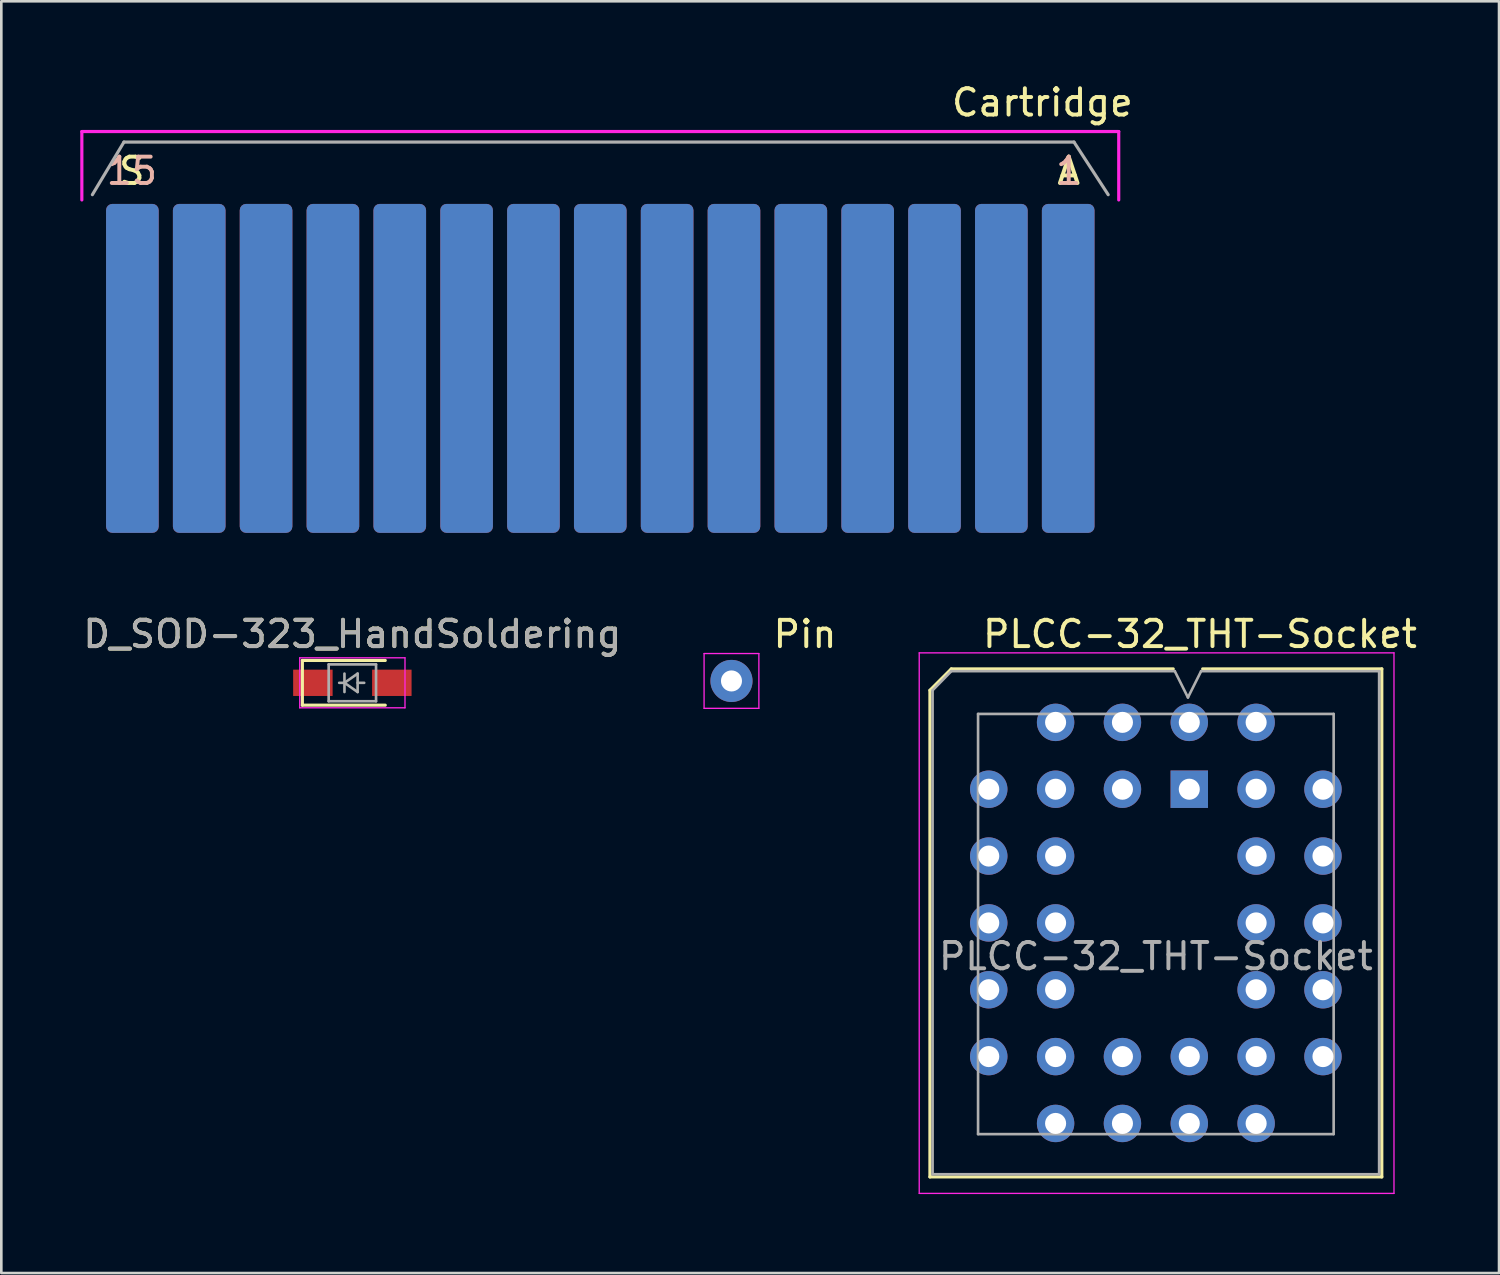
<source format=kicad_pcb>
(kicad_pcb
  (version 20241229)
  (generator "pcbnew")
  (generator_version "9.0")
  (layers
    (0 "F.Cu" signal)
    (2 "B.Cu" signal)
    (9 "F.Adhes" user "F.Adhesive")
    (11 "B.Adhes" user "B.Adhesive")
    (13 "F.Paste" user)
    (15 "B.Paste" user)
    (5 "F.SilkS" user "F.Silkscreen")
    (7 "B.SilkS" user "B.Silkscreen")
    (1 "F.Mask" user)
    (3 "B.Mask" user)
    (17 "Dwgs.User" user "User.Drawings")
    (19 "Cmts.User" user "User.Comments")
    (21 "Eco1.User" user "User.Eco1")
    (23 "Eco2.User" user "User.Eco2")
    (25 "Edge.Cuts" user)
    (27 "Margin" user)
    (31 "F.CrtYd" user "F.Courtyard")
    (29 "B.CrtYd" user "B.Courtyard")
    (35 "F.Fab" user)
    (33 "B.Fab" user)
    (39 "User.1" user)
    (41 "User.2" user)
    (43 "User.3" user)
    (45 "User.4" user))
  (footprint "Pin"
    (layer "F.Cu")
    (at 24.745 22.825)
    (property "Reference" "Pin" (at 2.794 -1.778 0) (layer "F.SilkS") (effects (font (size 1 1) (thickness 0.15))))
    (attr through_hole)
    (fp_line (start -1.041 -1.041) (end 1.041 -1.041) (stroke (width 0.05) (type solid)) (layer "F.CrtYd"))
    (fp_line (start -1.041 1.041) (end -1.041 -1.041) (stroke (width 0.05) (type solid)) (layer "F.CrtYd"))
    (fp_line (start 1.041 -1.041) (end 1.041 1.041) (stroke (width 0.05) (type solid)) (layer "F.CrtYd"))
    (fp_line (start 1.041 1.041) (end -1.041 1.041) (stroke (width 0.05) (type solid)) (layer "F.CrtYd"))
    (pad "1" thru_hole circle (at 0 0) (size 1.6 1.6) (drill 0.8) (layers "*.Cu" "*.Mask")))
  (footprint "D_SOD-323_HandSoldering"
    (layer "F.Cu")
    (at 10.339 22.896)
    (property "Reference" "D_SOD-323_HandSoldering" (at 0 -1.85 0) (layer "F.SilkS") (effects (font (size 1 1) (thickness 0.15))))
    (attr smd)
    (fp_line (start -1.9 -0.85) (end -1.9 0.85) (stroke (width 0.12) (type solid)) (layer "F.SilkS"))
    (fp_line (start -1.9 -0.85) (end 1.25 -0.85) (stroke (width 0.12) (type solid)) (layer "F.SilkS"))
    (fp_line (start -1.9 0.85) (end 1.25 0.85) (stroke (width 0.12) (type solid)) (layer "F.SilkS"))
    (fp_line (start -2 -0.95) (end -2 0.95) (stroke (width 0.05) (type solid)) (layer "F.CrtYd"))
    (fp_line (start -2 -0.95) (end 2 -0.95) (stroke (width 0.05) (type solid)) (layer "F.CrtYd"))
    (fp_line (start -2 0.95) (end 2 0.95) (stroke (width 0.05) (type solid)) (layer "F.CrtYd"))
    (fp_line (start 2 -0.95) (end 2 0.95) (stroke (width 0.05) (type solid)) (layer "F.CrtYd"))
    (fp_line (start -0.9 -0.7) (end 0.9 -0.7) (stroke (width 0.1) (type solid)) (layer "F.Fab"))
    (fp_line (start -0.9 0.7) (end -0.9 -0.7) (stroke (width 0.1) (type solid)) (layer "F.Fab"))
    (fp_line (start -0.3 -0.35) (end -0.3 0.35) (stroke (width 0.1) (type solid)) (layer "F.Fab"))
    (fp_line (start -0.3 0) (end -0.5 0) (stroke (width 0.1) (type solid)) (layer "F.Fab"))
    (fp_line (start -0.3 0) (end 0.2 -0.35) (stroke (width 0.1) (type solid)) (layer "F.Fab"))
    (fp_line (start 0.2 -0.35) (end 0.2 0.35) (stroke (width 0.1) (type solid)) (layer "F.Fab"))
    (fp_line (start 0.2 0) (end 0.45 0) (stroke (width 0.1) (type solid)) (layer "F.Fab"))
    (fp_line (start 0.2 0.35) (end -0.3 0) (stroke (width 0.1) (type solid)) (layer "F.Fab"))
    (fp_line (start 0.9 -0.7) (end 0.9 0.7) (stroke (width 0.1) (type solid)) (layer "F.Fab"))
    (fp_line (start 0.9 0.7) (end -0.9 0.7) (stroke (width 0.1) (type solid)) (layer "F.Fab"))
    (fp_text user "${REFERENCE}" (at 0 -1.85 0) (layer "F.Fab") (effects (font (size 1 1) (thickness 0.15))))
    (pad "1" smd rect (at -1.5 0) (size 1.5 1) (layers "F.Cu" "F.Mask" "F.Paste"))
    (pad "2" smd rect (at 1.5 0) (size 1.5 1) (layers "F.Cu" "F.Mask" "F.Paste")))
  (footprint "PLCC-32_THT-Socket"
    (layer "F.Cu")
    (at 42.141 26.939)
    (property "Reference" "PLCC-32_THT-Socket" (at 0.406 -5.893 0) (layer "F.SilkS") (effects (font (size 1 1) (thickness 0.15))))
    (attr through_hole)
    (fp_line (start -9.855 -3.759) (end -9.855 14.732) (stroke (width 0.12) (type solid)) (layer "F.SilkS"))
    (fp_line (start -9.855 -3.759) (end -9.042 -4.572) (stroke (width 0.12) (type solid)) (layer "F.SilkS"))
    (fp_line (start -9.855 14.732) (end 7.315 14.732) (stroke (width 0.12) (type solid)) (layer "F.SilkS"))
    (fp_line (start -9.042 -4.572) (end -0.61 -4.572) (stroke (width 0.12) (type solid)) (layer "F.SilkS"))
    (fp_line (start 7.315 -4.572) (end 0.508 -4.572) (stroke (width 0.12) (type solid)) (layer "F.SilkS"))
    (fp_line (start 7.315 14.732) (end 7.315 -4.572) (stroke (width 0.12) (type solid)) (layer "F.SilkS"))
    (fp_line (start -10.262 -5.182) (end -10.262 15.358) (stroke (width 0.05) (type solid)) (layer "F.CrtYd"))
    (fp_line (start -10.262 -5.182) (end 7.778 -5.182) (stroke (width 0.05) (type solid)) (layer "F.CrtYd"))
    (fp_line (start -10.262 15.358) (end 7.778 15.358) (stroke (width 0.05) (type solid)) (layer "F.CrtYd"))
    (fp_line (start 7.778 -5.182) (end 7.778 15.358) (stroke (width 0.05) (type solid)) (layer "F.CrtYd"))
    (fp_line (start -9.754 -3.759) (end -9.754 14.63) (stroke (width 0.1) (type solid)) (layer "F.Fab"))
    (fp_line (start -9.754 14.63) (end 7.214 14.63) (stroke (width 0.1) (type solid)) (layer "F.Fab"))
    (fp_line (start -9.042 -4.486) (end -9.754 -3.759) (stroke (width 0.1) (type solid)) (layer "F.Fab"))
    (fp_line (start -8.026 -2.86) (end -8.026 13.106) (stroke (width 0.1) (type solid)) (layer "F.Fab"))
    (fp_line (start -8.026 13.106) (end 5.486 13.106) (stroke (width 0.1) (type solid)) (layer "F.Fab"))
    (fp_line (start -0.551 -4.486) (end -9.042 -4.486) (stroke (width 0.1) (type solid)) (layer "F.Fab"))
    (fp_line (start -0.551 -4.486) (end -0.051 -3.486) (stroke (width 0.1) (type solid)) (layer "F.Fab"))
    (fp_line (start -0.051 -3.486) (end 0.449 -4.486) (stroke (width 0.1) (type solid)) (layer "F.Fab"))
    (fp_line (start 5.486 -2.86) (end -8.026 -2.86) (stroke (width 0.1) (type solid)) (layer "F.Fab"))
    (fp_line (start 5.486 13.106) (end 5.486 -2.86) (stroke (width 0.1) (type solid)) (layer "F.Fab"))
    (fp_line (start 7.214 -4.486) (end 0.449 -4.486) (stroke (width 0.1) (type solid)) (layer "F.Fab"))
    (fp_line (start 7.214 14.63) (end 7.214 -4.486) (stroke (width 0.1) (type solid)) (layer "F.Fab"))
    (fp_text user "${REFERENCE}" (at -1.27 6.35 0) (layer "F.Fab") (effects (font (size 1 1) (thickness 0.15))))
    (pad "1" thru_hole rect (at 0 0) (size 1.422 1.422) (drill 0.8) (layers "*.Cu" "*.Mask"))
    (pad "2" thru_hole circle (at -2.54 -2.54) (size 1.422 1.422) (drill 0.8) (layers "*.Cu" "*.Mask"))
    (pad "3" thru_hole circle (at -2.54 0) (size 1.422 1.422) (drill 0.8) (layers "*.Cu" "*.Mask"))
    (pad "4" thru_hole circle (at -5.08 -2.54) (size 1.422 1.422) (drill 0.8) (layers "*.Cu" "*.Mask"))
    (pad "5" thru_hole circle (at -7.62 0) (size 1.422 1.422) (drill 0.8) (layers "*.Cu" "*.Mask"))
    (pad "6" thru_hole circle (at -5.08 0) (size 1.422 1.422) (drill 0.8) (layers "*.Cu" "*.Mask"))
    (pad "7" thru_hole circle (at -7.62 2.54) (size 1.422 1.422) (drill 0.8) (layers "*.Cu" "*.Mask"))
    (pad "8" thru_hole circle (at -5.08 2.54) (size 1.422 1.422) (drill 0.8) (layers "*.Cu" "*.Mask"))
    (pad "9" thru_hole circle (at -7.62 5.08) (size 1.422 1.422) (drill 0.8) (layers "*.Cu" "*.Mask"))
    (pad "10" thru_hole circle (at -5.08 5.08) (size 1.422 1.422) (drill 0.8) (layers "*.Cu" "*.Mask"))
    (pad "11" thru_hole circle (at -7.62 7.62) (size 1.422 1.422) (drill 0.8) (layers "*.Cu" "*.Mask"))
    (pad "12" thru_hole circle (at -5.08 7.62) (size 1.422 1.422) (drill 0.8) (layers "*.Cu" "*.Mask"))
    (pad "13" thru_hole circle (at -7.62 10.16) (size 1.422 1.422) (drill 0.8) (layers "*.Cu" "*.Mask"))
    (pad "14" thru_hole circle (at -5.08 12.7) (size 1.422 1.422) (drill 0.8) (layers "*.Cu" "*.Mask"))
    (pad "15" thru_hole circle (at -5.08 10.16) (size 1.422 1.422) (drill 0.8) (layers "*.Cu" "*.Mask"))
    (pad "16" thru_hole circle (at -2.54 12.7) (size 1.422 1.422) (drill 0.8) (layers "*.Cu" "*.Mask"))
    (pad "17" thru_hole circle (at -2.54 10.16) (size 1.422 1.422) (drill 0.8) (layers "*.Cu" "*.Mask"))
    (pad "18" thru_hole circle (at 0 12.7) (size 1.422 1.422) (drill 0.8) (layers "*.Cu" "*.Mask"))
    (pad "19" thru_hole circle (at 0 10.16) (size 1.422 1.422) (drill 0.8) (layers "*.Cu" "*.Mask"))
    (pad "20" thru_hole circle (at 2.54 12.7) (size 1.422 1.422) (drill 0.8) (layers "*.Cu" "*.Mask"))
    (pad "21" thru_hole circle (at 5.08 10.16) (size 1.422 1.422) (drill 0.8) (layers "*.Cu" "*.Mask"))
    (pad "22" thru_hole circle (at 2.54 10.16) (size 1.422 1.422) (drill 0.8) (layers "*.Cu" "*.Mask"))
    (pad "23" thru_hole circle (at 5.08 7.62) (size 1.422 1.422) (drill 0.8) (layers "*.Cu" "*.Mask"))
    (pad "24" thru_hole circle (at 2.54 7.62) (size 1.422 1.422) (drill 0.8) (layers "*.Cu" "*.Mask"))
    (pad "25" thru_hole circle (at 5.08 5.08) (size 1.422 1.422) (drill 0.8) (layers "*.Cu" "*.Mask"))
    (pad "26" thru_hole circle (at 2.54 5.08) (size 1.422 1.422) (drill 0.8) (layers "*.Cu" "*.Mask"))
    (pad "27" thru_hole circle (at 5.08 2.54) (size 1.422 1.422) (drill 0.8) (layers "*.Cu" "*.Mask"))
    (pad "28" thru_hole circle (at 2.54 2.54) (size 1.422 1.422) (drill 0.8) (layers "*.Cu" "*.Mask"))
    (pad "29" thru_hole circle (at 5.08 0) (size 1.422 1.422) (drill 0.8) (layers "*.Cu" "*.Mask"))
    (pad "30" thru_hole circle (at 2.54 -2.54) (size 1.422 1.422) (drill 0.8) (layers "*.Cu" "*.Mask"))
    (pad "31" thru_hole circle (at 2.54 0) (size 1.422 1.422) (drill 0.8) (layers "*.Cu" "*.Mask"))
    (pad "32" thru_hole circle (at 0 -2.54) (size 1.422 1.422) (drill 0.8) (layers "*.Cu" "*.Mask")))
  (footprint "Cartridge"
    (layer "F.Cu")
    (at 19.76 15.348)
    (property "Reference" "Cartridge" (at 16.8 -14.5 0) (layer "F.SilkS") (effects (font (size 1 1) (thickness 0.15))))
    (attr through_hole)
    (fp_line (start -19.7 -13.4) (end 19.7 -13.4) (stroke (width 0.12) (type solid)) (layer "F.CrtYd"))
    (fp_line (start -19.7 -10.8) (end -19.7 -13.4) (stroke (width 0.12) (type solid)) (layer "F.CrtYd"))
    (fp_line (start 19.7 -10.8) (end 19.7 -13.4) (stroke (width 0.12) (type solid)) (layer "F.CrtYd"))
    (fp_line (start -19.3 -11) (end -18.1 -13) (stroke (width 0.12) (type solid)) (layer "F.Fab"))
    (fp_line (start -18.1 -13) (end 18 -13) (stroke (width 0.12) (type solid)) (layer "F.Fab"))
    (fp_line (start 19.3 -11) (end 18 -13) (stroke (width 0.12) (type solid)) (layer "F.Fab"))
    (fp_text user "A" (at 17.8 -11.9 0) (layer "F.SilkS") (effects (font (size 1 1) (thickness 0.15))))
    (fp_text user "S" (at -17.8 -11.9 0) (layer "F.SilkS") (effects (font (size 1 1) (thickness 0.15))))
    (fp_text user "15" (at -17.8 -11.9 0) (layer "B.SilkS") (effects (font (size 1 1) (thickness 0.15))))
    (fp_text user "1" (at 17.8 -11.9 0) (layer "B.SilkS") (effects (font (size 1 1) (thickness 0.15))))
    (pad "1" smd roundrect (at -17.78 -4.4) (size 2 12.5) (layers "B.Cu" "B.Mask" "B.Paste") (roundrect_rratio 0.12))
    (pad "2" smd roundrect (at -15.24 -4.4) (size 2 12.5) (layers "B.Cu" "B.Mask" "B.Paste") (roundrect_rratio 0.12))
    (pad "3" smd roundrect (at -12.7 -4.4) (size 2 12.5) (layers "B.Cu" "B.Mask" "B.Paste") (roundrect_rratio 0.12))
    (pad "4" smd roundrect (at -10.16 -4.4) (size 2 12.5) (layers "B.Cu" "B.Mask" "B.Paste") (roundrect_rratio 0.12))
    (pad "5" smd roundrect (at -7.62 -4.4) (size 2 12.5) (layers "B.Cu" "B.Mask" "B.Paste") (roundrect_rratio 0.12))
    (pad "6" smd roundrect (at -5.08 -4.4) (size 2 12.5) (layers "B.Cu" "B.Mask" "B.Paste") (roundrect_rratio 0.12))
    (pad "7" smd roundrect (at -2.54 -4.4) (size 2 12.5) (layers "B.Cu" "B.Mask" "B.Paste") (roundrect_rratio 0.12))
    (pad "8" smd roundrect (at 0 -4.4) (size 2 12.5) (layers "B.Cu" "B.Mask" "B.Paste") (roundrect_rratio 0.12))
    (pad "9" smd roundrect (at 2.54 -4.4) (size 2 12.5) (layers "B.Cu" "B.Mask" "B.Paste") (roundrect_rratio 0.12))
    (pad "10" smd roundrect (at 5.08 -4.4) (size 2 12.5) (layers "B.Cu" "B.Mask" "B.Paste") (roundrect_rratio 0.12))
    (pad "11" smd roundrect (at 7.62 -4.4) (size 2 12.5) (layers "B.Cu" "B.Mask" "B.Paste") (roundrect_rratio 0.12))
    (pad "12" smd roundrect (at 10.16 -4.4) (size 2 12.5) (layers "B.Cu" "B.Mask" "B.Paste") (roundrect_rratio 0.12))
    (pad "13" smd roundrect (at 12.7 -4.4) (size 2 12.5) (layers "B.Cu" "B.Mask" "B.Paste") (roundrect_rratio 0.12))
    (pad "14" smd roundrect (at 15.24 -4.4) (size 2 12.5) (layers "B.Cu" "B.Mask" "B.Paste") (roundrect_rratio 0.12))
    (pad "15" smd roundrect (at 17.78 -4.4) (size 2 12.5) (layers "B.Cu" "B.Mask" "B.Paste") (roundrect_rratio 0.12))
    (pad "A" smd roundrect (at -17.78 -4.4) (size 2 12.5) (layers "F.Cu" "F.Mask" "F.Paste") (roundrect_rratio 0.12))
    (pad "B" smd roundrect (at -15.24 -4.4) (size 2 12.5) (layers "F.Cu" "F.Mask" "F.Paste") (roundrect_rratio 0.12))
    (pad "C" smd roundrect (at -12.7 -4.4) (size 2 12.5) (layers "F.Cu" "F.Mask" "F.Paste") (roundrect_rratio 0.12))
    (pad "D" smd roundrect (at -10.16 -4.4) (size 2 12.5) (layers "F.Cu" "F.Mask" "F.Paste") (roundrect_rratio 0.12))
    (pad "E" smd roundrect (at -7.62 -4.4) (size 2 12.5) (layers "F.Cu" "F.Mask" "F.Paste") (roundrect_rratio 0.12))
    (pad "F" smd roundrect (at -5.08 -4.4) (size 2 12.5) (layers "F.Cu" "F.Mask" "F.Paste") (roundrect_rratio 0.12))
    (pad "H" smd roundrect (at -2.54 -4.4) (size 2 12.5) (layers "F.Cu" "F.Mask" "F.Paste") (roundrect_rratio 0.12))
    (pad "J" smd roundrect (at 0 -4.4) (size 2 12.5) (layers "F.Cu" "F.Mask" "F.Paste") (roundrect_rratio 0.12))
    (pad "K" smd roundrect (at 2.54 -4.4) (size 2 12.5) (layers "F.Cu" "F.Mask" "F.Paste") (roundrect_rratio 0.12))
    (pad "L" smd roundrect (at 5.08 -4.4) (size 2 12.5) (layers "F.Cu" "F.Mask" "F.Paste") (roundrect_rratio 0.12))
    (pad "M" smd roundrect (at 7.62 -4.4) (size 2 12.5) (layers "F.Cu" "F.Mask" "F.Paste") (roundrect_rratio 0.12))
    (pad "N" smd roundrect (at 10.16 -4.4) (size 2 12.5) (layers "F.Cu" "F.Mask" "F.Paste") (roundrect_rratio 0.12))
    (pad "P" smd roundrect (at 12.7 -4.4) (size 2 12.5) (layers "F.Cu" "F.Mask" "F.Paste") (roundrect_rratio 0.12))
    (pad "R" smd roundrect (at 15.24 -4.4) (size 2 12.5) (layers "F.Cu" "F.Mask" "F.Paste") (roundrect_rratio 0.12))
    (pad "S" smd roundrect (at 17.78 -4.4) (size 2 12.5) (layers "F.Cu" "F.Mask" "F.Paste") (roundrect_rratio 0.12)))
  (gr_rect
    (start -3 -3)
    (end 53.911 45.323)
    (stroke (width 0.1) (type default))
    (fill no)
    (layer "Edge.Cuts")))
</source>
